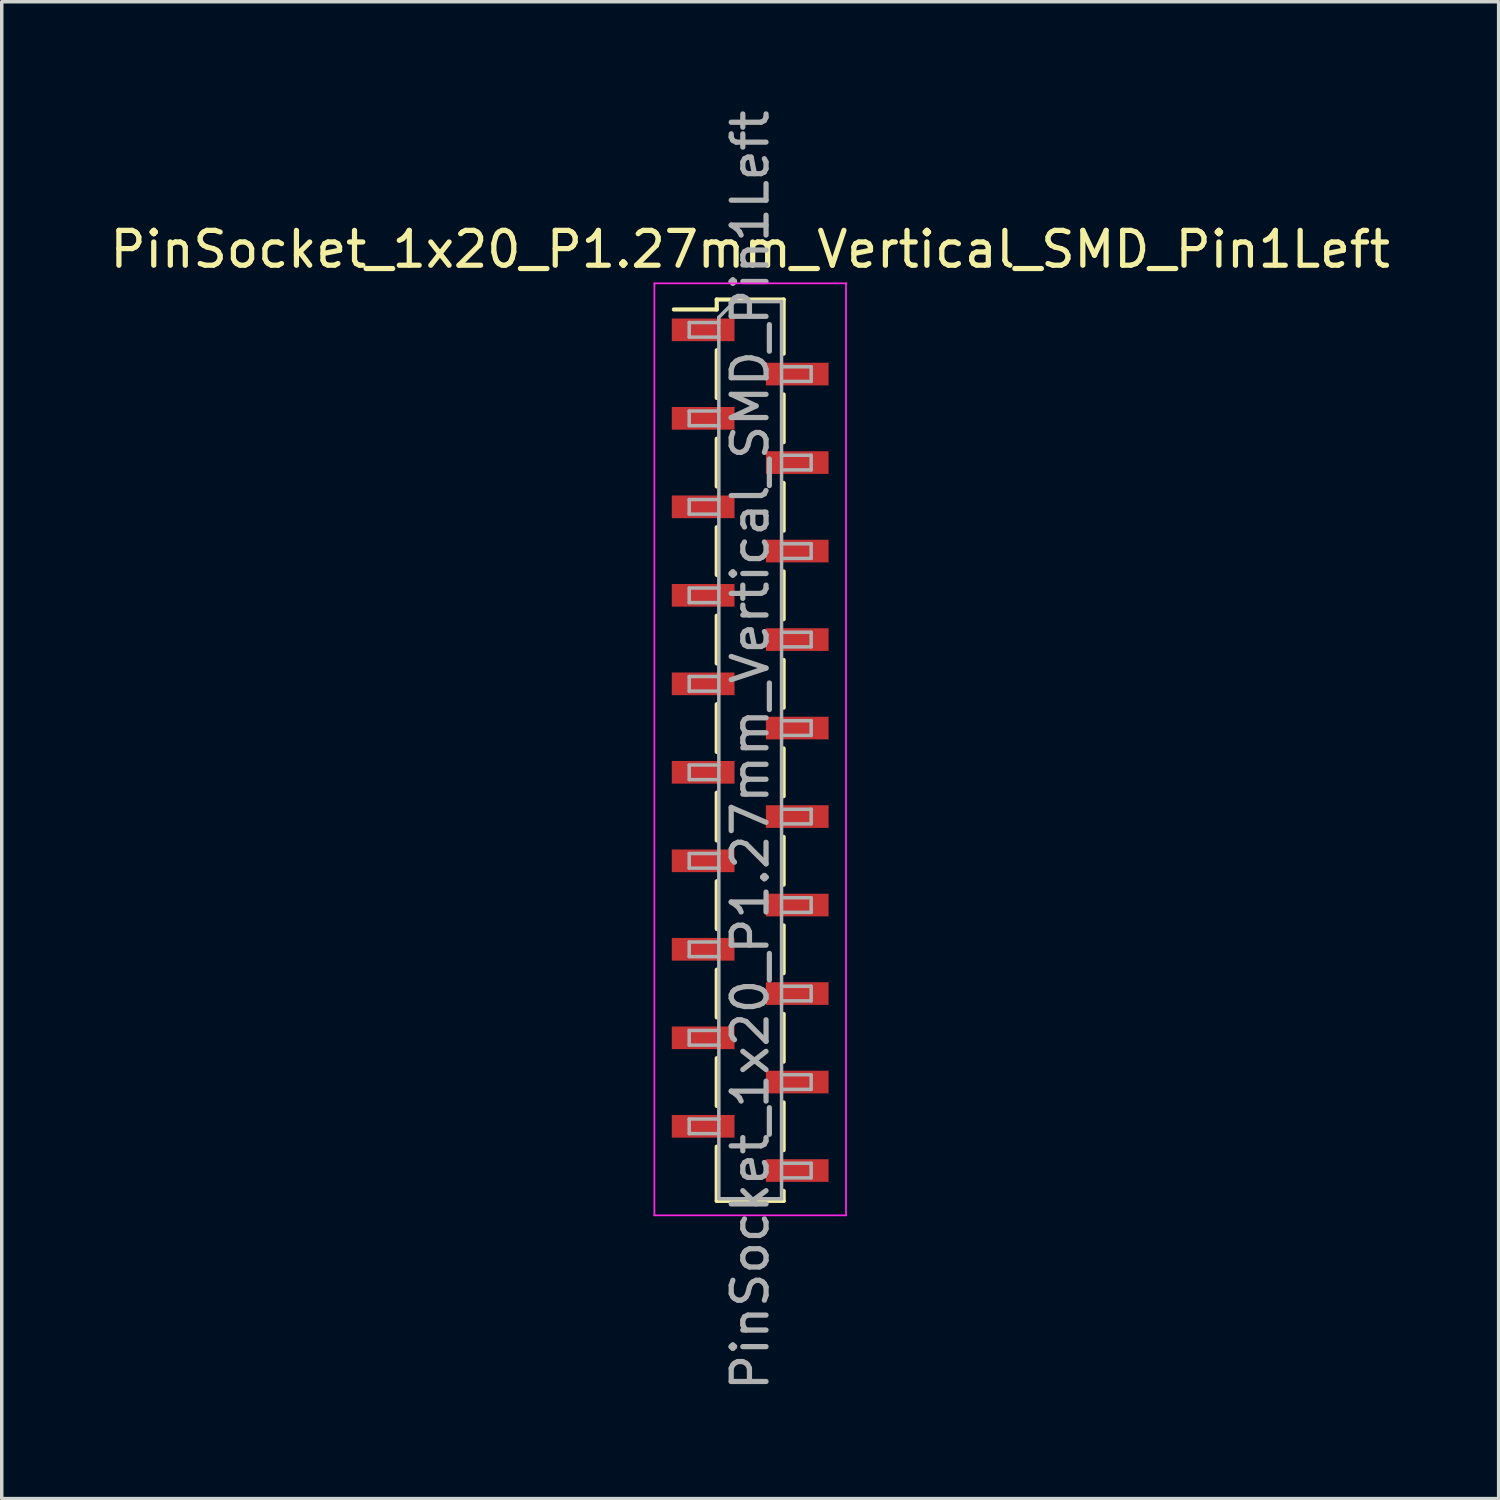
<source format=kicad_pcb>
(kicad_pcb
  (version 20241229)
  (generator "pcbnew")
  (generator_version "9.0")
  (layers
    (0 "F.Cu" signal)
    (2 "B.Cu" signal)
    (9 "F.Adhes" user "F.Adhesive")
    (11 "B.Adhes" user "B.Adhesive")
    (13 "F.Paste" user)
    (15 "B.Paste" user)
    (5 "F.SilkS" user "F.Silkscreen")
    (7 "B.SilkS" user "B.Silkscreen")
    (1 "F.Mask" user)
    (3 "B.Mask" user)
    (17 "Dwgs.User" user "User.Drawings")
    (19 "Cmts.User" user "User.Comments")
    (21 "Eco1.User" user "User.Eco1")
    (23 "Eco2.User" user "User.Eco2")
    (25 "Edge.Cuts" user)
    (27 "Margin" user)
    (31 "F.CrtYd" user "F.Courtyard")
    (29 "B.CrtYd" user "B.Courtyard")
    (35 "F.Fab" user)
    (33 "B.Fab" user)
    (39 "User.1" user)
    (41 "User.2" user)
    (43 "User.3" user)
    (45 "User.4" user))
  (footprint "PinSocket_1x20_P1.27mm_Vertical_SMD_Pin1Left"
    (layer "F.Cu")
    (at 18.482 18.482)
    (property "Reference" "PinSocket_1x20_P1.27mm_Vertical_SMD_Pin1Left" (at 0 -14.375 0) (layer "F.SilkS") (effects (font (size 1 1) (thickness 0.15))))
    (attr smd)
    (fp_line (start -2.19 -12.65) (end -0.96 -12.65) (stroke (width 0.12) (type solid)) (layer "F.SilkS"))
    (fp_line (start -0.96 -12.935) (end -0.96 -12.65) (stroke (width 0.12) (type solid)) (layer "F.SilkS"))
    (fp_line (start -0.96 -12.935) (end 0.96 -12.935) (stroke (width 0.12) (type solid)) (layer "F.SilkS"))
    (fp_line (start -0.96 -11.48) (end -0.96 -10.11) (stroke (width 0.12) (type solid)) (layer "F.SilkS"))
    (fp_line (start -0.96 -8.94) (end -0.96 -7.57) (stroke (width 0.12) (type solid)) (layer "F.SilkS"))
    (fp_line (start -0.96 -6.4) (end -0.96 -5.03) (stroke (width 0.12) (type solid)) (layer "F.SilkS"))
    (fp_line (start -0.96 -3.86) (end -0.96 -2.49) (stroke (width 0.12) (type solid)) (layer "F.SilkS"))
    (fp_line (start -0.96 -1.32) (end -0.96 0.05) (stroke (width 0.12) (type solid)) (layer "F.SilkS"))
    (fp_line (start -0.96 1.22) (end -0.96 2.59) (stroke (width 0.12) (type solid)) (layer "F.SilkS"))
    (fp_line (start -0.96 3.76) (end -0.96 5.13) (stroke (width 0.12) (type solid)) (layer "F.SilkS"))
    (fp_line (start -0.96 6.3) (end -0.96 7.67) (stroke (width 0.12) (type solid)) (layer "F.SilkS"))
    (fp_line (start -0.96 8.84) (end -0.96 10.21) (stroke (width 0.12) (type solid)) (layer "F.SilkS"))
    (fp_line (start -0.96 11.38) (end -0.96 12.935) (stroke (width 0.12) (type solid)) (layer "F.SilkS"))
    (fp_line (start -0.96 12.935) (end 0.96 12.935) (stroke (width 0.12) (type solid)) (layer "F.SilkS"))
    (fp_line (start 0.96 -12.935) (end 0.96 -11.38) (stroke (width 0.12) (type solid)) (layer "F.SilkS"))
    (fp_line (start 0.96 -10.21) (end 0.96 -8.84) (stroke (width 0.12) (type solid)) (layer "F.SilkS"))
    (fp_line (start 0.96 -7.67) (end 0.96 -6.3) (stroke (width 0.12) (type solid)) (layer "F.SilkS"))
    (fp_line (start 0.96 -5.13) (end 0.96 -3.76) (stroke (width 0.12) (type solid)) (layer "F.SilkS"))
    (fp_line (start 0.96 -2.59) (end 0.96 -1.22) (stroke (width 0.12) (type solid)) (layer "F.SilkS"))
    (fp_line (start 0.96 -0.05) (end 0.96 1.32) (stroke (width 0.12) (type solid)) (layer "F.SilkS"))
    (fp_line (start 0.96 2.49) (end 0.96 3.86) (stroke (width 0.12) (type solid)) (layer "F.SilkS"))
    (fp_line (start 0.96 5.03) (end 0.96 6.4) (stroke (width 0.12) (type solid)) (layer "F.SilkS"))
    (fp_line (start 0.96 7.57) (end 0.96 8.94) (stroke (width 0.12) (type solid)) (layer "F.SilkS"))
    (fp_line (start 0.96 10.11) (end 0.96 11.48) (stroke (width 0.12) (type solid)) (layer "F.SilkS"))
    (fp_line (start 0.96 12.65) (end 0.96 12.935) (stroke (width 0.12) (type solid)) (layer "F.SilkS"))
    (fp_line (start -2.75 -13.4) (end 2.75 -13.4) (stroke (width 0.05) (type solid)) (layer "F.CrtYd"))
    (fp_line (start -2.75 13.35) (end -2.75 -13.4) (stroke (width 0.05) (type solid)) (layer "F.CrtYd"))
    (fp_line (start 2.75 -13.4) (end 2.75 13.35) (stroke (width 0.05) (type solid)) (layer "F.CrtYd"))
    (fp_line (start 2.75 13.35) (end -2.75 13.35) (stroke (width 0.05) (type solid)) (layer "F.CrtYd"))
    (fp_line (start -1.75 -12.275) (end -0.9 -12.275) (stroke (width 0.1) (type solid)) (layer "F.Fab"))
    (fp_line (start -1.75 -11.855) (end -1.75 -12.275) (stroke (width 0.1) (type solid)) (layer "F.Fab"))
    (fp_line (start -1.75 -9.735) (end -0.9 -9.735) (stroke (width 0.1) (type solid)) (layer "F.Fab"))
    (fp_line (start -1.75 -9.315) (end -1.75 -9.735) (stroke (width 0.1) (type solid)) (layer "F.Fab"))
    (fp_line (start -1.75 -7.195) (end -0.9 -7.195) (stroke (width 0.1) (type solid)) (layer "F.Fab"))
    (fp_line (start -1.75 -6.775) (end -1.75 -7.195) (stroke (width 0.1) (type solid)) (layer "F.Fab"))
    (fp_line (start -1.75 -4.655) (end -0.9 -4.655) (stroke (width 0.1) (type solid)) (layer "F.Fab"))
    (fp_line (start -1.75 -4.235) (end -1.75 -4.655) (stroke (width 0.1) (type solid)) (layer "F.Fab"))
    (fp_line (start -1.75 -2.115) (end -0.9 -2.115) (stroke (width 0.1) (type solid)) (layer "F.Fab"))
    (fp_line (start -1.75 -1.695) (end -1.75 -2.115) (stroke (width 0.1) (type solid)) (layer "F.Fab"))
    (fp_line (start -1.75 0.425) (end -0.9 0.425) (stroke (width 0.1) (type solid)) (layer "F.Fab"))
    (fp_line (start -1.75 0.845) (end -1.75 0.425) (stroke (width 0.1) (type solid)) (layer "F.Fab"))
    (fp_line (start -1.75 2.965) (end -0.9 2.965) (stroke (width 0.1) (type solid)) (layer "F.Fab"))
    (fp_line (start -1.75 3.385) (end -1.75 2.965) (stroke (width 0.1) (type solid)) (layer "F.Fab"))
    (fp_line (start -1.75 5.505) (end -0.9 5.505) (stroke (width 0.1) (type solid)) (layer "F.Fab"))
    (fp_line (start -1.75 5.925) (end -1.75 5.505) (stroke (width 0.1) (type solid)) (layer "F.Fab"))
    (fp_line (start -1.75 8.045) (end -0.9 8.045) (stroke (width 0.1) (type solid)) (layer "F.Fab"))
    (fp_line (start -1.75 8.465) (end -1.75 8.045) (stroke (width 0.1) (type solid)) (layer "F.Fab"))
    (fp_line (start -1.75 10.585) (end -0.9 10.585) (stroke (width 0.1) (type solid)) (layer "F.Fab"))
    (fp_line (start -1.75 11.005) (end -1.75 10.585) (stroke (width 0.1) (type solid)) (layer "F.Fab"))
    (fp_line (start -0.9 -12.425) (end -0.45 -12.875) (stroke (width 0.1) (type solid)) (layer "F.Fab"))
    (fp_line (start -0.9 -11.855) (end -1.75 -11.855) (stroke (width 0.1) (type solid)) (layer "F.Fab"))
    (fp_line (start -0.9 -9.315) (end -1.75 -9.315) (stroke (width 0.1) (type solid)) (layer "F.Fab"))
    (fp_line (start -0.9 -6.775) (end -1.75 -6.775) (stroke (width 0.1) (type solid)) (layer "F.Fab"))
    (fp_line (start -0.9 -4.235) (end -1.75 -4.235) (stroke (width 0.1) (type solid)) (layer "F.Fab"))
    (fp_line (start -0.9 -1.695) (end -1.75 -1.695) (stroke (width 0.1) (type solid)) (layer "F.Fab"))
    (fp_line (start -0.9 0.845) (end -1.75 0.845) (stroke (width 0.1) (type solid)) (layer "F.Fab"))
    (fp_line (start -0.9 3.385) (end -1.75 3.385) (stroke (width 0.1) (type solid)) (layer "F.Fab"))
    (fp_line (start -0.9 5.925) (end -1.75 5.925) (stroke (width 0.1) (type solid)) (layer "F.Fab"))
    (fp_line (start -0.9 8.465) (end -1.75 8.465) (stroke (width 0.1) (type solid)) (layer "F.Fab"))
    (fp_line (start -0.9 11.005) (end -1.75 11.005) (stroke (width 0.1) (type solid)) (layer "F.Fab"))
    (fp_line (start -0.9 12.875) (end -0.9 -12.425) (stroke (width 0.1) (type solid)) (layer "F.Fab"))
    (fp_line (start -0.45 -12.875) (end 0.9 -12.875) (stroke (width 0.1) (type solid)) (layer "F.Fab"))
    (fp_line (start 0.9 -12.875) (end 0.9 12.875) (stroke (width 0.1) (type solid)) (layer "F.Fab"))
    (fp_line (start 0.9 -11.005) (end 1.75 -11.005) (stroke (width 0.1) (type solid)) (layer "F.Fab"))
    (fp_line (start 0.9 -8.465) (end 1.75 -8.465) (stroke (width 0.1) (type solid)) (layer "F.Fab"))
    (fp_line (start 0.9 -5.925) (end 1.75 -5.925) (stroke (width 0.1) (type solid)) (layer "F.Fab"))
    (fp_line (start 0.9 -3.385) (end 1.75 -3.385) (stroke (width 0.1) (type solid)) (layer "F.Fab"))
    (fp_line (start 0.9 -0.845) (end 1.75 -0.845) (stroke (width 0.1) (type solid)) (layer "F.Fab"))
    (fp_line (start 0.9 1.695) (end 1.75 1.695) (stroke (width 0.1) (type solid)) (layer "F.Fab"))
    (fp_line (start 0.9 4.235) (end 1.75 4.235) (stroke (width 0.1) (type solid)) (layer "F.Fab"))
    (fp_line (start 0.9 6.775) (end 1.75 6.775) (stroke (width 0.1) (type solid)) (layer "F.Fab"))
    (fp_line (start 0.9 9.315) (end 1.75 9.315) (stroke (width 0.1) (type solid)) (layer "F.Fab"))
    (fp_line (start 0.9 11.855) (end 1.75 11.855) (stroke (width 0.1) (type solid)) (layer "F.Fab"))
    (fp_line (start 0.9 12.875) (end -0.9 12.875) (stroke (width 0.1) (type solid)) (layer "F.Fab"))
    (fp_line (start 1.75 -11.005) (end 1.75 -10.585) (stroke (width 0.1) (type solid)) (layer "F.Fab"))
    (fp_line (start 1.75 -10.585) (end 0.9 -10.585) (stroke (width 0.1) (type solid)) (layer "F.Fab"))
    (fp_line (start 1.75 -8.465) (end 1.75 -8.045) (stroke (width 0.1) (type solid)) (layer "F.Fab"))
    (fp_line (start 1.75 -8.045) (end 0.9 -8.045) (stroke (width 0.1) (type solid)) (layer "F.Fab"))
    (fp_line (start 1.75 -5.925) (end 1.75 -5.505) (stroke (width 0.1) (type solid)) (layer "F.Fab"))
    (fp_line (start 1.75 -5.505) (end 0.9 -5.505) (stroke (width 0.1) (type solid)) (layer "F.Fab"))
    (fp_line (start 1.75 -3.385) (end 1.75 -2.965) (stroke (width 0.1) (type solid)) (layer "F.Fab"))
    (fp_line (start 1.75 -2.965) (end 0.9 -2.965) (stroke (width 0.1) (type solid)) (layer "F.Fab"))
    (fp_line (start 1.75 -0.845) (end 1.75 -0.425) (stroke (width 0.1) (type solid)) (layer "F.Fab"))
    (fp_line (start 1.75 -0.425) (end 0.9 -0.425) (stroke (width 0.1) (type solid)) (layer "F.Fab"))
    (fp_line (start 1.75 1.695) (end 1.75 2.115) (stroke (width 0.1) (type solid)) (layer "F.Fab"))
    (fp_line (start 1.75 2.115) (end 0.9 2.115) (stroke (width 0.1) (type solid)) (layer "F.Fab"))
    (fp_line (start 1.75 4.235) (end 1.75 4.655) (stroke (width 0.1) (type solid)) (layer "F.Fab"))
    (fp_line (start 1.75 4.655) (end 0.9 4.655) (stroke (width 0.1) (type solid)) (layer "F.Fab"))
    (fp_line (start 1.75 6.775) (end 1.75 7.195) (stroke (width 0.1) (type solid)) (layer "F.Fab"))
    (fp_line (start 1.75 7.195) (end 0.9 7.195) (stroke (width 0.1) (type solid)) (layer "F.Fab"))
    (fp_line (start 1.75 9.315) (end 1.75 9.735) (stroke (width 0.1) (type solid)) (layer "F.Fab"))
    (fp_line (start 1.75 9.735) (end 0.9 9.735) (stroke (width 0.1) (type solid)) (layer "F.Fab"))
    (fp_line (start 1.75 11.855) (end 1.75 12.275) (stroke (width 0.1) (type solid)) (layer "F.Fab"))
    (fp_line (start 1.75 12.275) (end 0.9 12.275) (stroke (width 0.1) (type solid)) (layer "F.Fab"))
    (fp_text user "${REFERENCE}" (at 0 0 90) (layer "F.Fab") (effects (font (size 1 1) (thickness 0.15))))
    (pad "1" smd rect (at -1.35 -12.065) (size 1.8 0.65) (layers "F.Cu" "F.Mask" "F.Paste"))
    (pad "2" smd rect (at 1.35 -10.795) (size 1.8 0.65) (layers "F.Cu" "F.Mask" "F.Paste"))
    (pad "3" smd rect (at -1.35 -9.525) (size 1.8 0.65) (layers "F.Cu" "F.Mask" "F.Paste"))
    (pad "4" smd rect (at 1.35 -8.255) (size 1.8 0.65) (layers "F.Cu" "F.Mask" "F.Paste"))
    (pad "5" smd rect (at -1.35 -6.985) (size 1.8 0.65) (layers "F.Cu" "F.Mask" "F.Paste"))
    (pad "6" smd rect (at 1.35 -5.715) (size 1.8 0.65) (layers "F.Cu" "F.Mask" "F.Paste"))
    (pad "7" smd rect (at -1.35 -4.445) (size 1.8 0.65) (layers "F.Cu" "F.Mask" "F.Paste"))
    (pad "8" smd rect (at 1.35 -3.175) (size 1.8 0.65) (layers "F.Cu" "F.Mask" "F.Paste"))
    (pad "9" smd rect (at -1.35 -1.905) (size 1.8 0.65) (layers "F.Cu" "F.Mask" "F.Paste"))
    (pad "10" smd rect (at 1.35 -0.635) (size 1.8 0.65) (layers "F.Cu" "F.Mask" "F.Paste"))
    (pad "11" smd rect (at -1.35 0.635) (size 1.8 0.65) (layers "F.Cu" "F.Mask" "F.Paste"))
    (pad "12" smd rect (at 1.35 1.905) (size 1.8 0.65) (layers "F.Cu" "F.Mask" "F.Paste"))
    (pad "13" smd rect (at -1.35 3.175) (size 1.8 0.65) (layers "F.Cu" "F.Mask" "F.Paste"))
    (pad "14" smd rect (at 1.35 4.445) (size 1.8 0.65) (layers "F.Cu" "F.Mask" "F.Paste"))
    (pad "15" smd rect (at -1.35 5.715) (size 1.8 0.65) (layers "F.Cu" "F.Mask" "F.Paste"))
    (pad "16" smd rect (at 1.35 6.985) (size 1.8 0.65) (layers "F.Cu" "F.Mask" "F.Paste"))
    (pad "17" smd rect (at -1.35 8.255) (size 1.8 0.65) (layers "F.Cu" "F.Mask" "F.Paste"))
    (pad "18" smd rect (at 1.35 9.525) (size 1.8 0.65) (layers "F.Cu" "F.Mask" "F.Paste"))
    (pad "19" smd rect (at -1.35 10.795) (size 1.8 0.65) (layers "F.Cu" "F.Mask" "F.Paste"))
    (pad "20" smd rect (at 1.35 12.065) (size 1.8 0.65) (layers "F.Cu" "F.Mask" "F.Paste")))
  (gr_rect
    (start -3 -3)
    (end 39.964 39.964)
    (stroke (width 0.1) (type default))
    (fill no)
    (layer "Edge.Cuts")))
</source>
